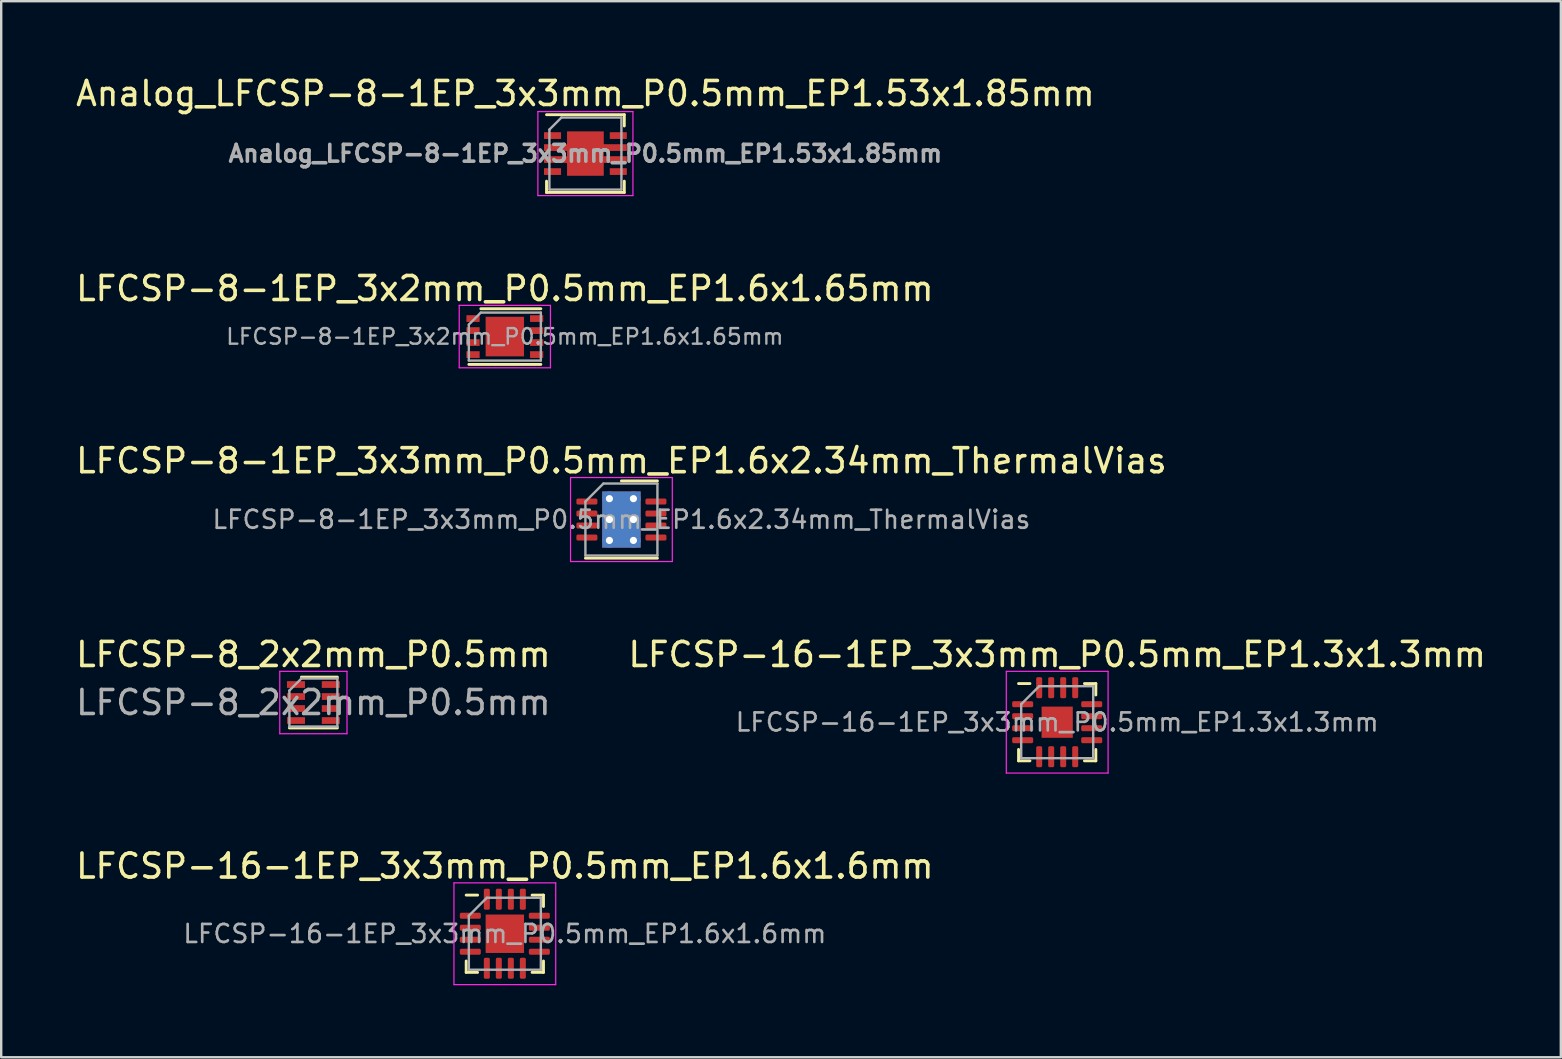
<source format=kicad_pcb>
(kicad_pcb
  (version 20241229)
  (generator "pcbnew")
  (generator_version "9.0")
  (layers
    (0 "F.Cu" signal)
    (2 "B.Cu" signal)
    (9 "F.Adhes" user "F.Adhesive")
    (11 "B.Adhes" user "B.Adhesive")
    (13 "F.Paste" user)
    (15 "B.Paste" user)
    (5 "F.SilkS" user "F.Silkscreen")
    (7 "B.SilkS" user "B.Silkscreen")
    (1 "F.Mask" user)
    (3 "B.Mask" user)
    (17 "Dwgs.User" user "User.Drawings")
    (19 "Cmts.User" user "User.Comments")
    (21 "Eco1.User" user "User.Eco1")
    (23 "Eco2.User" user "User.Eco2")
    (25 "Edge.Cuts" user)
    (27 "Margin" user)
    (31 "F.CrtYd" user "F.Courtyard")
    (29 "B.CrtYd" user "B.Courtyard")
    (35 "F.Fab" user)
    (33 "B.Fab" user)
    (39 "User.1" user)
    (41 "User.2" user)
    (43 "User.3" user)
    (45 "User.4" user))
  (footprint "Analog_LFCSP-8-1EP_3x3mm_P0.5mm_EP1.53x1.85mm"
    (layer "F.Cu")
    (at 21.339 3.348)
    (property "Reference" "Analog_LFCSP-8-1EP_3x3mm_P0.5mm_EP1.53x1.85mm" (at 0 -2.5 0) (layer "F.SilkS") (effects (font (size 1 1) (thickness 0.15))))
    (attr smd)
    (fp_line (start -1.62 1.62) (end -1.62 1.15) (stroke (width 0.12) (type solid)) (layer "F.SilkS"))
    (fp_line (start 1.62 -1.62) (end -1.62 -1.62) (stroke (width 0.12) (type solid)) (layer "F.SilkS"))
    (fp_line (start 1.62 -1.62) (end 1.62 -1.15) (stroke (width 0.12) (type solid)) (layer "F.SilkS"))
    (fp_line (start 1.62 1.15) (end 1.62 1.62) (stroke (width 0.12) (type solid)) (layer "F.SilkS"))
    (fp_line (start 1.62 1.62) (end -1.62 1.62) (stroke (width 0.12) (type solid)) (layer "F.SilkS"))
    (fp_line (start -1.98 -1.75) (end 1.98 -1.75) (stroke (width 0.05) (type solid)) (layer "F.CrtYd"))
    (fp_line (start -1.98 1.75) (end -1.98 -1.75) (stroke (width 0.05) (type solid)) (layer "F.CrtYd"))
    (fp_line (start 1.98 -1.75) (end 1.98 1.75) (stroke (width 0.05) (type solid)) (layer "F.CrtYd"))
    (fp_line (start 1.98 1.75) (end -1.98 1.75) (stroke (width 0.05) (type solid)) (layer "F.CrtYd"))
    (fp_line (start -1.5 -1) (end -1.5 1.5) (stroke (width 0.1) (type solid)) (layer "F.Fab"))
    (fp_line (start -1 -1.5) (end -1.5 -1) (stroke (width 0.1) (type solid)) (layer "F.Fab"))
    (fp_line (start -1 -1.5) (end 1.5 -1.5) (stroke (width 0.1) (type solid)) (layer "F.Fab"))
    (fp_line (start 1.5 1.5) (end -1.5 1.5) (stroke (width 0.1) (type solid)) (layer "F.Fab"))
    (fp_line (start 1.5 1.5) (end 1.5 -1.5) (stroke (width 0.1) (type solid)) (layer "F.Fab"))
    (fp_text user "${REFERENCE}" (at 0 0 180) (layer "F.Fab") (effects (font (size 0.7 0.7) (thickness 0.15))))
    (pad "" smd rect (at -1.37 -0.25) (size 0.71 0.28) (layers "F.Mask" "F.Paste"))
    (pad "" smd rect (at -1.37 0.25) (size 0.71 0.28) (layers "F.Mask" "F.Paste"))
    (pad "" smd rect (at 0 0) (size 1.2 1.55) (layers "F.Paste"))
    (pad "" smd rect (at 1.37 -0.25) (size 0.71 0.28) (layers "F.Mask" "F.Paste"))
    (pad "" smd rect (at 1.37 0.25) (size 0.71 0.28) (layers "F.Mask" "F.Paste"))
    (pad "1" smd rect (at -1.37 -0.75) (size 0.71 0.28) (layers "F.Cu" "F.Mask" "F.Paste"))
    (pad "2" smd rect (at 0 -0.25) (size 3.45 0.28) (layers "F.Cu"))
    (pad "2" smd rect (at 0 0) (size 1.53 1.85) (layers "F.Cu" "F.Mask"))
    (pad "2" smd rect (at 0 0.25) (size 3.45 0.28) (layers "F.Cu"))
    (pad "4" smd rect (at -1.37 0.75) (size 0.71 0.28) (layers "F.Cu" "F.Mask" "F.Paste"))
    (pad "5" smd rect (at 1.37 0.75) (size 0.71 0.28) (layers "F.Cu" "F.Mask" "F.Paste"))
    (pad "8" smd rect (at 1.37 -0.75) (size 0.71 0.28) (layers "F.Cu" "F.Mask" "F.Paste")))
  (footprint "LFCSP-16-1EP_3x3mm_P0.5mm_EP1.6x1.6mm"
    (layer "F.Cu")
    (at 17.982 35.851)
    (property "Reference" "LFCSP-16-1EP_3x3mm_P0.5mm_EP1.6x1.6mm" (at 0 -2.82 0) (layer "F.SilkS") (effects (font (size 1 1) (thickness 0.15))))
    (attr smd)
    (fp_line (start -1.61 1.61) (end -1.61 1.135) (stroke (width 0.12) (type solid)) (layer "F.SilkS"))
    (fp_line (start -1.135 -1.61) (end -1.61 -1.61) (stroke (width 0.12) (type solid)) (layer "F.SilkS"))
    (fp_line (start -1.135 1.61) (end -1.61 1.61) (stroke (width 0.12) (type solid)) (layer "F.SilkS"))
    (fp_line (start 1.135 -1.61) (end 1.61 -1.61) (stroke (width 0.12) (type solid)) (layer "F.SilkS"))
    (fp_line (start 1.135 1.61) (end 1.61 1.61) (stroke (width 0.12) (type solid)) (layer "F.SilkS"))
    (fp_line (start 1.61 -1.61) (end 1.61 -1.135) (stroke (width 0.12) (type solid)) (layer "F.SilkS"))
    (fp_line (start 1.61 1.61) (end 1.61 1.135) (stroke (width 0.12) (type solid)) (layer "F.SilkS"))
    (fp_line (start -2.12 -2.12) (end -2.12 2.12) (stroke (width 0.05) (type solid)) (layer "F.CrtYd"))
    (fp_line (start -2.12 2.12) (end 2.12 2.12) (stroke (width 0.05) (type solid)) (layer "F.CrtYd"))
    (fp_line (start 2.12 -2.12) (end -2.12 -2.12) (stroke (width 0.05) (type solid)) (layer "F.CrtYd"))
    (fp_line (start 2.12 2.12) (end 2.12 -2.12) (stroke (width 0.05) (type solid)) (layer "F.CrtYd"))
    (fp_line (start -1.5 -0.75) (end -0.75 -1.5) (stroke (width 0.1) (type solid)) (layer "F.Fab"))
    (fp_line (start -1.5 1.5) (end -1.5 -0.75) (stroke (width 0.1) (type solid)) (layer "F.Fab"))
    (fp_line (start -0.75 -1.5) (end 1.5 -1.5) (stroke (width 0.1) (type solid)) (layer "F.Fab"))
    (fp_line (start 1.5 -1.5) (end 1.5 1.5) (stroke (width 0.1) (type solid)) (layer "F.Fab"))
    (fp_line (start 1.5 1.5) (end -1.5 1.5) (stroke (width 0.1) (type solid)) (layer "F.Fab"))
    (fp_text user "${REFERENCE}" (at 0 0 0) (layer "F.Fab") (effects (font (size 0.75 0.75) (thickness 0.11))))
    (pad "" smd roundrect (at -0.4 -0.4) (size 0.64 0.64) (layers "F.Paste") (roundrect_rratio 0.25))
    (pad "" smd roundrect (at -0.4 0.4) (size 0.64 0.64) (layers "F.Paste") (roundrect_rratio 0.25))
    (pad "" smd roundrect (at 0.4 -0.4) (size 0.64 0.64) (layers "F.Paste") (roundrect_rratio 0.25))
    (pad "" smd roundrect (at 0.4 0.4) (size 0.64 0.64) (layers "F.Paste") (roundrect_rratio 0.25))
    (pad "1" smd roundrect (at -1.438 -0.75) (size 0.875 0.25) (layers "F.Cu" "F.Mask" "F.Paste") (roundrect_rratio 0.25))
    (pad "2" smd roundrect (at -1.438 -0.25) (size 0.875 0.25) (layers "F.Cu" "F.Mask" "F.Paste") (roundrect_rratio 0.25))
    (pad "3" smd roundrect (at -1.438 0.25) (size 0.875 0.25) (layers "F.Cu" "F.Mask" "F.Paste") (roundrect_rratio 0.25))
    (pad "4" smd roundrect (at -1.438 0.75) (size 0.875 0.25) (layers "F.Cu" "F.Mask" "F.Paste") (roundrect_rratio 0.25))
    (pad "5" smd roundrect (at -0.75 1.438) (size 0.25 0.875) (layers "F.Cu" "F.Mask" "F.Paste") (roundrect_rratio 0.25))
    (pad "6" smd roundrect (at -0.25 1.438) (size 0.25 0.875) (layers "F.Cu" "F.Mask" "F.Paste") (roundrect_rratio 0.25))
    (pad "7" smd roundrect (at 0.25 1.438) (size 0.25 0.875) (layers "F.Cu" "F.Mask" "F.Paste") (roundrect_rratio 0.25))
    (pad "8" smd roundrect (at 0.75 1.438) (size 0.25 0.875) (layers "F.Cu" "F.Mask" "F.Paste") (roundrect_rratio 0.25))
    (pad "9" smd roundrect (at 1.438 0.75) (size 0.875 0.25) (layers "F.Cu" "F.Mask" "F.Paste") (roundrect_rratio 0.25))
    (pad "10" smd roundrect (at 1.438 0.25) (size 0.875 0.25) (layers "F.Cu" "F.Mask" "F.Paste") (roundrect_rratio 0.25))
    (pad "11" smd roundrect (at 1.438 -0.25) (size 0.875 0.25) (layers "F.Cu" "F.Mask" "F.Paste") (roundrect_rratio 0.25))
    (pad "12" smd roundrect (at 1.438 -0.75) (size 0.875 0.25) (layers "F.Cu" "F.Mask" "F.Paste") (roundrect_rratio 0.25))
    (pad "13" smd roundrect (at 0.75 -1.438) (size 0.25 0.875) (layers "F.Cu" "F.Mask" "F.Paste") (roundrect_rratio 0.25))
    (pad "14" smd roundrect (at 0.25 -1.438) (size 0.25 0.875) (layers "F.Cu" "F.Mask" "F.Paste") (roundrect_rratio 0.25))
    (pad "15" smd roundrect (at -0.25 -1.438) (size 0.25 0.875) (layers "F.Cu" "F.Mask" "F.Paste") (roundrect_rratio 0.25))
    (pad "16" smd roundrect (at -0.75 -1.438) (size 0.25 0.875) (layers "F.Cu" "F.Mask" "F.Paste") (roundrect_rratio 0.25))
    (pad "17" smd rect (at 0 0) (size 1.6 1.6) (layers "F.Cu" "F.Mask")))
  (footprint "LFCSP-8_2x2mm_P0.5mm"
    (layer "F.Cu")
    (at 10.006 26.218)
    (property "Reference" "LFCSP-8_2x2mm_P0.5mm" (at 0 -2 0) (layer "F.SilkS") (effects (font (size 1 1) (thickness 0.15))))
    (attr smd)
    (fp_line (start -0.5 -1.06) (end 1 -1.06) (stroke (width 0.12) (type solid)) (layer "F.SilkS"))
    (fp_line (start 1 1.06) (end -1 1.06) (stroke (width 0.12) (type solid)) (layer "F.SilkS"))
    (fp_line (start -1.4 -1.3) (end 1.4 -1.3) (stroke (width 0.05) (type solid)) (layer "F.CrtYd"))
    (fp_line (start -1.4 1.3) (end -1.4 -1.3) (stroke (width 0.05) (type solid)) (layer "F.CrtYd"))
    (fp_line (start 1.4 -1.3) (end 1.4 1.3) (stroke (width 0.05) (type solid)) (layer "F.CrtYd"))
    (fp_line (start 1.4 1.3) (end -1.4 1.3) (stroke (width 0.05) (type solid)) (layer "F.CrtYd"))
    (fp_line (start -1 -0.5) (end -1 1) (stroke (width 0.1) (type solid)) (layer "F.Fab"))
    (fp_line (start -0.5 -1) (end -1 -0.5) (stroke (width 0.1) (type solid)) (layer "F.Fab"))
    (fp_line (start -0.5 -1) (end 1 -1) (stroke (width 0.1) (type solid)) (layer "F.Fab"))
    (fp_line (start 1 1) (end -1 1) (stroke (width 0.1) (type solid)) (layer "F.Fab"))
    (fp_line (start 1 1) (end 1 -1) (stroke (width 0.1) (type solid)) (layer "F.Fab"))
    (fp_text user "${REFERENCE}" (at 0 0 180) (layer "F.Fab") (effects (font (size 1 1) (thickness 0.15))))
    (pad "1" smd rect (at -0.725 -0.75) (size 0.75 0.28) (layers "F.Cu" "F.Mask" "F.Paste"))
    (pad "2" smd rect (at -0.725 -0.25) (size 0.75 0.28) (layers "F.Cu" "F.Mask" "F.Paste"))
    (pad "3" smd rect (at -0.725 0.25) (size 0.75 0.28) (layers "F.Cu" "F.Mask" "F.Paste"))
    (pad "4" smd rect (at -0.725 0.75) (size 0.75 0.28) (layers "F.Cu" "F.Mask" "F.Paste"))
    (pad "5" smd rect (at 0.725 0.75) (size 0.75 0.28) (layers "F.Cu" "F.Mask" "F.Paste"))
    (pad "6" smd rect (at 0.725 0.25) (size 0.75 0.28) (layers "F.Cu" "F.Mask" "F.Paste"))
    (pad "7" smd rect (at 0.725 -0.25) (size 0.75 0.28) (layers "F.Cu" "F.Mask" "F.Paste"))
    (pad "8" smd rect (at 0.725 -0.75) (size 0.75 0.28) (layers "F.Cu" "F.Mask" "F.Paste")))
  (footprint "LFCSP-8-1EP_3x2mm_P0.5mm_EP1.6x1.65mm"
    (layer "F.Cu")
    (at 17.982 10.972)
    (property "Reference" "LFCSP-8-1EP_3x2mm_P0.5mm_EP1.6x1.65mm" (at 0 -2 0) (layer "F.SilkS") (effects (font (size 1 1) (thickness 0.15))))
    (attr smd)
    (fp_line (start -1 -1.16) (end 1.5 -1.16) (stroke (width 0.12) (type solid)) (layer "F.SilkS"))
    (fp_line (start 1.5 1.16) (end -1.5 1.16) (stroke (width 0.12) (type solid)) (layer "F.SilkS"))
    (fp_line (start -1.9 -1.3) (end 1.9 -1.3) (stroke (width 0.05) (type solid)) (layer "F.CrtYd"))
    (fp_line (start -1.9 1.3) (end -1.9 -1.3) (stroke (width 0.05) (type solid)) (layer "F.CrtYd"))
    (fp_line (start 1.9 -1.3) (end 1.9 1.3) (stroke (width 0.05) (type solid)) (layer "F.CrtYd"))
    (fp_line (start 1.9 1.3) (end -1.9 1.3) (stroke (width 0.05) (type solid)) (layer "F.CrtYd"))
    (fp_line (start -1.5 -0.5) (end -1.5 1) (stroke (width 0.1) (type solid)) (layer "F.Fab"))
    (fp_line (start -1 -1) (end -1.5 -0.5) (stroke (width 0.1) (type solid)) (layer "F.Fab"))
    (fp_line (start -1 -1) (end 1.5 -1) (stroke (width 0.1) (type solid)) (layer "F.Fab"))
    (fp_line (start 1.5 1) (end -1.5 1) (stroke (width 0.1) (type solid)) (layer "F.Fab"))
    (fp_line (start 1.5 1) (end 1.5 -1) (stroke (width 0.1) (type solid)) (layer "F.Fab"))
    (fp_text user "${REFERENCE}" (at 0 0 180) (layer "F.Fab") (effects (font (size 0.65 0.65) (thickness 0.098))))
    (pad "1" smd rect (at -1.325 -0.75) (size 0.55 0.28) (layers "F.Cu" "F.Mask" "F.Paste"))
    (pad "2" smd rect (at -1.325 -0.25) (size 0.55 0.28) (layers "F.Cu" "F.Mask" "F.Paste"))
    (pad "3" smd rect (at -1.325 0.25) (size 0.55 0.28) (layers "F.Cu" "F.Mask" "F.Paste"))
    (pad "4" smd rect (at -1.325 0.75) (size 0.55 0.28) (layers "F.Cu" "F.Mask" "F.Paste"))
    (pad "5" smd rect (at 1.325 0.75) (size 0.55 0.28) (layers "F.Cu" "F.Mask" "F.Paste"))
    (pad "6" smd rect (at 1.325 0.25) (size 0.55 0.28) (layers "F.Cu" "F.Mask" "F.Paste"))
    (pad "7" smd rect (at 1.325 -0.25) (size 0.55 0.28) (layers "F.Cu" "F.Mask" "F.Paste"))
    (pad "8" smd rect (at 1.325 -0.75) (size 0.55 0.28) (layers "F.Cu" "F.Mask" "F.Paste"))
    (pad "9" smd rect (at 0 0) (size 1.6 1.65) (layers "F.Cu" "F.Mask" "F.Paste")))
  (footprint "LFCSP-8-1EP_3x3mm_P0.5mm_EP1.6x2.34mm_ThermalVias"
    (layer "F.Cu")
    (at 22.839 18.595)
    (property "Reference" "LFCSP-8-1EP_3x3mm_P0.5mm_EP1.6x2.34mm_ThermalVias" (at 0 -2.45 0) (layer "F.SilkS") (effects (font (size 1 1) (thickness 0.15))))
    (attr smd)
    (fp_line (start -1.5 1.61) (end 1.5 1.61) (stroke (width 0.12) (type solid)) (layer "F.SilkS"))
    (fp_line (start 0 -1.61) (end 1.5 -1.61) (stroke (width 0.12) (type solid)) (layer "F.SilkS"))
    (fp_line (start -2.12 -1.75) (end -2.12 1.75) (stroke (width 0.05) (type solid)) (layer "F.CrtYd"))
    (fp_line (start -2.12 1.75) (end 2.12 1.75) (stroke (width 0.05) (type solid)) (layer "F.CrtYd"))
    (fp_line (start 2.12 -1.75) (end -2.12 -1.75) (stroke (width 0.05) (type solid)) (layer "F.CrtYd"))
    (fp_line (start 2.12 1.75) (end 2.12 -1.75) (stroke (width 0.05) (type solid)) (layer "F.CrtYd"))
    (fp_line (start -1.5 -0.75) (end -0.75 -1.5) (stroke (width 0.1) (type solid)) (layer "F.Fab"))
    (fp_line (start -1.5 1.5) (end -1.5 -0.75) (stroke (width 0.1) (type solid)) (layer "F.Fab"))
    (fp_line (start -0.75 -1.5) (end 1.5 -1.5) (stroke (width 0.1) (type solid)) (layer "F.Fab"))
    (fp_line (start 1.5 -1.5) (end 1.5 1.5) (stroke (width 0.1) (type solid)) (layer "F.Fab"))
    (fp_line (start 1.5 1.5) (end -1.5 1.5) (stroke (width 0.1) (type solid)) (layer "F.Fab"))
    (fp_text user "${REFERENCE}" (at 0 0 0) (layer "F.Fab") (effects (font (size 0.75 0.75) (thickness 0.11))))
    (pad "" smd roundrect (at -0.4 -0.585) (size 0.69 1.01) (layers "F.Paste") (roundrect_rratio 0.25))
    (pad "" smd roundrect (at -0.4 0.585) (size 0.69 1.01) (layers "F.Paste") (roundrect_rratio 0.25))
    (pad "" smd roundrect (at 0.4 -0.585) (size 0.69 1.01) (layers "F.Paste") (roundrect_rratio 0.25))
    (pad "" smd roundrect (at 0.4 0.585) (size 0.69 1.01) (layers "F.Paste") (roundrect_rratio 0.25))
    (pad "1" smd roundrect (at -1.438 -0.75) (size 0.875 0.25) (layers "F.Cu" "F.Mask" "F.Paste") (roundrect_rratio 0.25))
    (pad "2" smd roundrect (at -1.438 -0.25) (size 0.875 0.25) (layers "F.Cu" "F.Mask" "F.Paste") (roundrect_rratio 0.25))
    (pad "3" smd roundrect (at -1.438 0.25) (size 0.875 0.25) (layers "F.Cu" "F.Mask" "F.Paste") (roundrect_rratio 0.25))
    (pad "4" smd roundrect (at -1.438 0.75) (size 0.875 0.25) (layers "F.Cu" "F.Mask" "F.Paste") (roundrect_rratio 0.25))
    (pad "5" smd roundrect (at 1.438 0.75) (size 0.875 0.25) (layers "F.Cu" "F.Mask" "F.Paste") (roundrect_rratio 0.25))
    (pad "6" smd roundrect (at 1.438 0.25) (size 0.875 0.25) (layers "F.Cu" "F.Mask" "F.Paste") (roundrect_rratio 0.25))
    (pad "7" smd roundrect (at 1.438 -0.25) (size 0.875 0.25) (layers "F.Cu" "F.Mask" "F.Paste") (roundrect_rratio 0.25))
    (pad "8" smd roundrect (at 1.438 -0.75) (size 0.875 0.25) (layers "F.Cu" "F.Mask" "F.Paste") (roundrect_rratio 0.25))
    (pad "9" thru_hole circle (at -0.5 -0.87) (size 0.6 0.6) (drill 0.3) (layers "*.Cu"))
    (pad "9" thru_hole circle (at -0.5 0) (size 0.6 0.6) (drill 0.3) (layers "*.Cu"))
    (pad "9" thru_hole circle (at -0.5 0.87) (size 0.6 0.6) (drill 0.3) (layers "*.Cu"))
    (pad "9" smd rect (at 0 0) (size 1.6 2.34) (layers "F.Cu" "F.Mask"))
    (pad "9" smd rect (at 0 0) (size 1.6 2.34) (layers "B.Cu"))
    (pad "9" thru_hole circle (at 0.5 -0.87) (size 0.6 0.6) (drill 0.3) (layers "*.Cu"))
    (pad "9" thru_hole circle (at 0.5 0) (size 0.6 0.6) (drill 0.3) (layers "*.Cu"))
    (pad "9" thru_hole circle (at 0.5 0.87) (size 0.6 0.6) (drill 0.3) (layers "*.Cu")))
  (footprint "LFCSP-16-1EP_3x3mm_P0.5mm_EP1.3x1.3mm"
    (layer "F.Cu")
    (at 40.994 27.038)
    (property "Reference" "LFCSP-16-1EP_3x3mm_P0.5mm_EP1.3x1.3mm" (at 0 -2.82 0) (layer "F.SilkS") (effects (font (size 1 1) (thickness 0.15))))
    (attr smd)
    (fp_line (start -1.61 1.61) (end -1.61 1.135) (stroke (width 0.12) (type solid)) (layer "F.SilkS"))
    (fp_line (start -1.135 -1.61) (end -1.61 -1.61) (stroke (width 0.12) (type solid)) (layer "F.SilkS"))
    (fp_line (start -1.135 1.61) (end -1.61 1.61) (stroke (width 0.12) (type solid)) (layer "F.SilkS"))
    (fp_line (start 1.135 -1.61) (end 1.61 -1.61) (stroke (width 0.12) (type solid)) (layer "F.SilkS"))
    (fp_line (start 1.135 1.61) (end 1.61 1.61) (stroke (width 0.12) (type solid)) (layer "F.SilkS"))
    (fp_line (start 1.61 -1.61) (end 1.61 -1.135) (stroke (width 0.12) (type solid)) (layer "F.SilkS"))
    (fp_line (start 1.61 1.61) (end 1.61 1.135) (stroke (width 0.12) (type solid)) (layer "F.SilkS"))
    (fp_line (start -2.12 -2.12) (end -2.12 2.12) (stroke (width 0.05) (type solid)) (layer "F.CrtYd"))
    (fp_line (start -2.12 2.12) (end 2.12 2.12) (stroke (width 0.05) (type solid)) (layer "F.CrtYd"))
    (fp_line (start 2.12 -2.12) (end -2.12 -2.12) (stroke (width 0.05) (type solid)) (layer "F.CrtYd"))
    (fp_line (start 2.12 2.12) (end 2.12 -2.12) (stroke (width 0.05) (type solid)) (layer "F.CrtYd"))
    (fp_line (start -1.5 -0.75) (end -0.75 -1.5) (stroke (width 0.1) (type solid)) (layer "F.Fab"))
    (fp_line (start -1.5 1.5) (end -1.5 -0.75) (stroke (width 0.1) (type solid)) (layer "F.Fab"))
    (fp_line (start -0.75 -1.5) (end 1.5 -1.5) (stroke (width 0.1) (type solid)) (layer "F.Fab"))
    (fp_line (start 1.5 -1.5) (end 1.5 1.5) (stroke (width 0.1) (type solid)) (layer "F.Fab"))
    (fp_line (start 1.5 1.5) (end -1.5 1.5) (stroke (width 0.1) (type solid)) (layer "F.Fab"))
    (fp_text user "${REFERENCE}" (at 0 0 0) (layer "F.Fab") (effects (font (size 0.75 0.75) (thickness 0.11))))
    (pad "" smd roundrect (at -0.325 -0.325) (size 0.52 0.52) (layers "F.Paste") (roundrect_rratio 0.25))
    (pad "" smd roundrect (at -0.325 0.325) (size 0.52 0.52) (layers "F.Paste") (roundrect_rratio 0.25))
    (pad "" smd roundrect (at 0.325 -0.325) (size 0.52 0.52) (layers "F.Paste") (roundrect_rratio 0.25))
    (pad "" smd roundrect (at 0.325 0.325) (size 0.52 0.52) (layers "F.Paste") (roundrect_rratio 0.25))
    (pad "1" smd roundrect (at -1.438 -0.75) (size 0.875 0.25) (layers "F.Cu" "F.Mask" "F.Paste") (roundrect_rratio 0.25))
    (pad "2" smd roundrect (at -1.438 -0.25) (size 0.875 0.25) (layers "F.Cu" "F.Mask" "F.Paste") (roundrect_rratio 0.25))
    (pad "3" smd roundrect (at -1.438 0.25) (size 0.875 0.25) (layers "F.Cu" "F.Mask" "F.Paste") (roundrect_rratio 0.25))
    (pad "4" smd roundrect (at -1.438 0.75) (size 0.875 0.25) (layers "F.Cu" "F.Mask" "F.Paste") (roundrect_rratio 0.25))
    (pad "5" smd roundrect (at -0.75 1.438) (size 0.25 0.875) (layers "F.Cu" "F.Mask" "F.Paste") (roundrect_rratio 0.25))
    (pad "6" smd roundrect (at -0.25 1.438) (size 0.25 0.875) (layers "F.Cu" "F.Mask" "F.Paste") (roundrect_rratio 0.25))
    (pad "7" smd roundrect (at 0.25 1.438) (size 0.25 0.875) (layers "F.Cu" "F.Mask" "F.Paste") (roundrect_rratio 0.25))
    (pad "8" smd roundrect (at 0.75 1.438) (size 0.25 0.875) (layers "F.Cu" "F.Mask" "F.Paste") (roundrect_rratio 0.25))
    (pad "9" smd roundrect (at 1.438 0.75) (size 0.875 0.25) (layers "F.Cu" "F.Mask" "F.Paste") (roundrect_rratio 0.25))
    (pad "10" smd roundrect (at 1.438 0.25) (size 0.875 0.25) (layers "F.Cu" "F.Mask" "F.Paste") (roundrect_rratio 0.25))
    (pad "11" smd roundrect (at 1.438 -0.25) (size 0.875 0.25) (layers "F.Cu" "F.Mask" "F.Paste") (roundrect_rratio 0.25))
    (pad "12" smd roundrect (at 1.438 -0.75) (size 0.875 0.25) (layers "F.Cu" "F.Mask" "F.Paste") (roundrect_rratio 0.25))
    (pad "13" smd roundrect (at 0.75 -1.438) (size 0.25 0.875) (layers "F.Cu" "F.Mask" "F.Paste") (roundrect_rratio 0.25))
    (pad "14" smd roundrect (at 0.25 -1.438) (size 0.25 0.875) (layers "F.Cu" "F.Mask" "F.Paste") (roundrect_rratio 0.25))
    (pad "15" smd roundrect (at -0.25 -1.438) (size 0.25 0.875) (layers "F.Cu" "F.Mask" "F.Paste") (roundrect_rratio 0.25))
    (pad "16" smd roundrect (at -0.75 -1.438) (size 0.25 0.875) (layers "F.Cu" "F.Mask" "F.Paste") (roundrect_rratio 0.25))
    (pad "17" smd rect (at 0 0) (size 1.3 1.3) (layers "F.Cu" "F.Mask")))
  (gr_rect
    (start -3 -3)
    (end 61.976 40.996)
    (stroke (width 0.1) (type default))
    (fill no)
    (layer "Edge.Cuts")))
</source>
